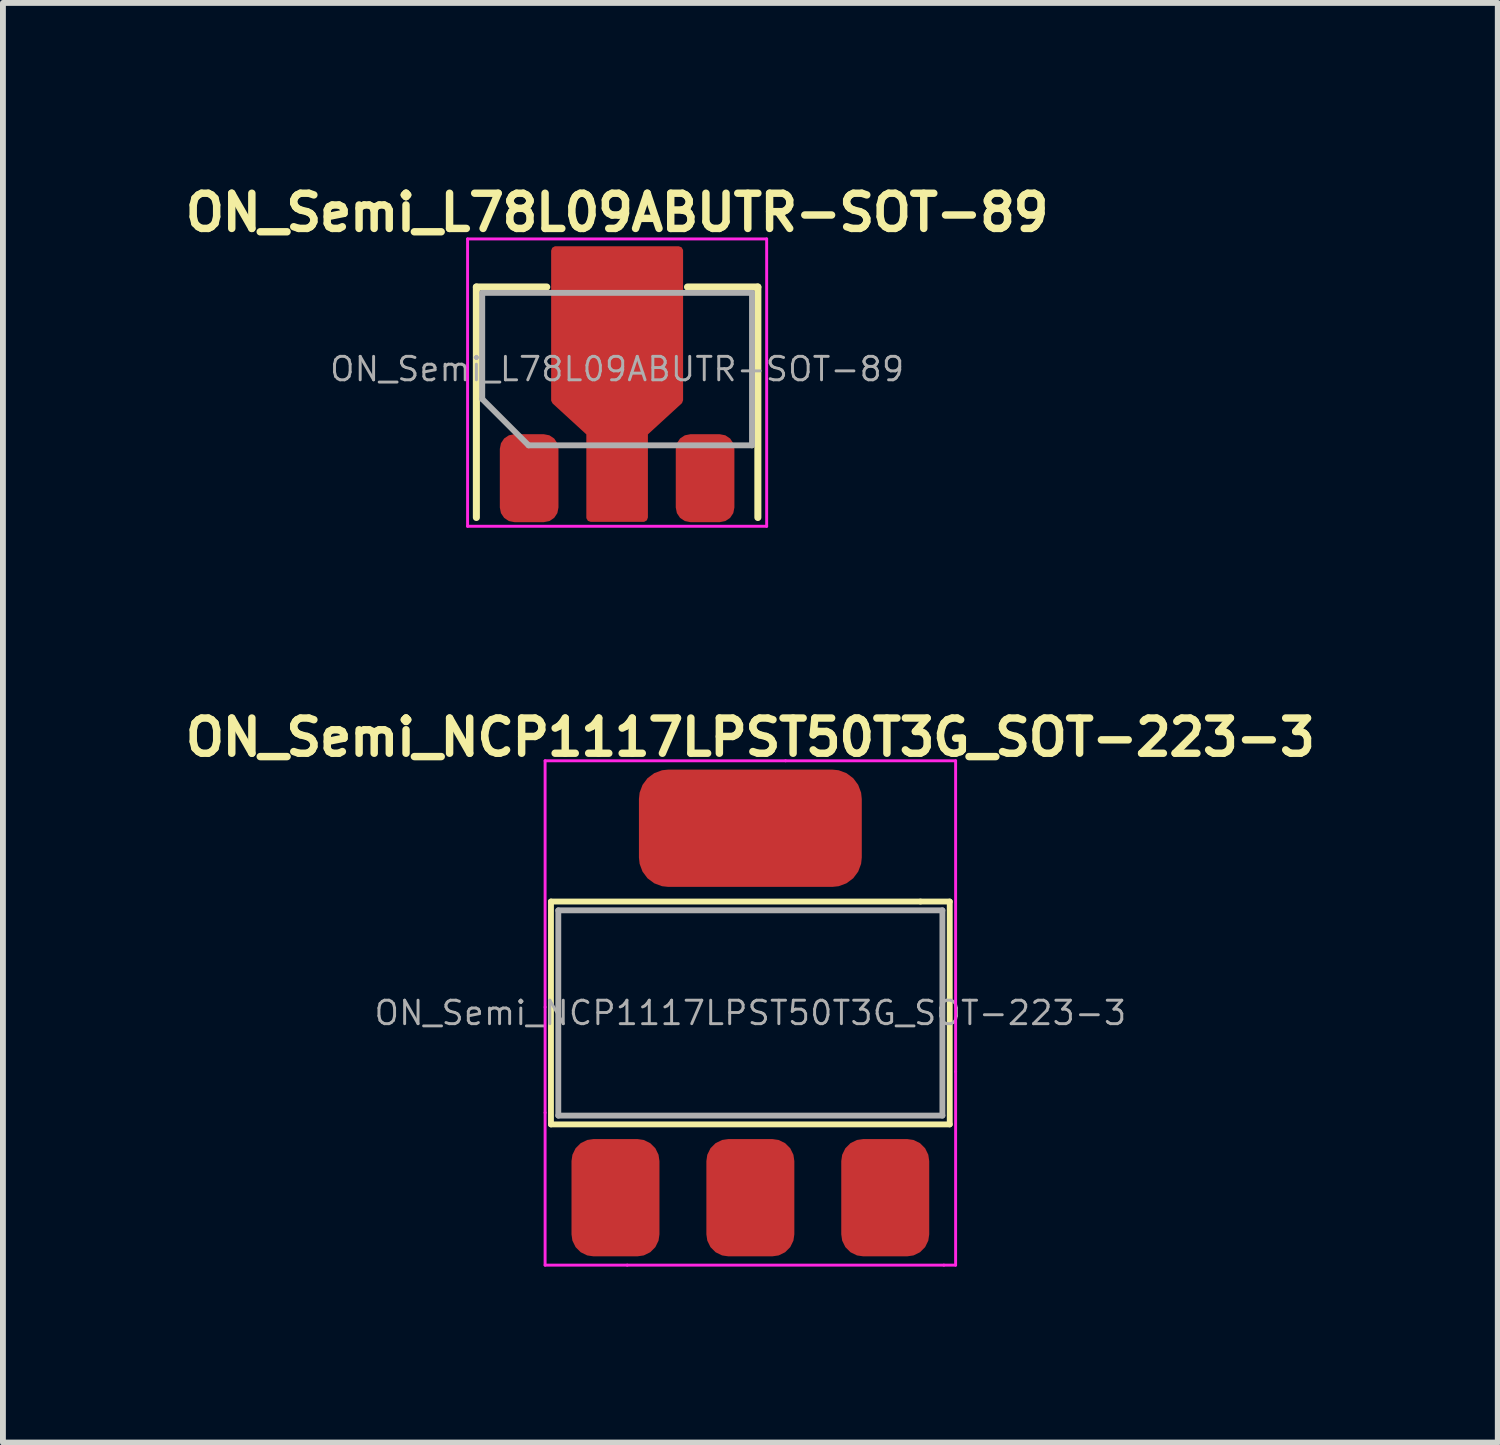
<source format=kicad_pcb>
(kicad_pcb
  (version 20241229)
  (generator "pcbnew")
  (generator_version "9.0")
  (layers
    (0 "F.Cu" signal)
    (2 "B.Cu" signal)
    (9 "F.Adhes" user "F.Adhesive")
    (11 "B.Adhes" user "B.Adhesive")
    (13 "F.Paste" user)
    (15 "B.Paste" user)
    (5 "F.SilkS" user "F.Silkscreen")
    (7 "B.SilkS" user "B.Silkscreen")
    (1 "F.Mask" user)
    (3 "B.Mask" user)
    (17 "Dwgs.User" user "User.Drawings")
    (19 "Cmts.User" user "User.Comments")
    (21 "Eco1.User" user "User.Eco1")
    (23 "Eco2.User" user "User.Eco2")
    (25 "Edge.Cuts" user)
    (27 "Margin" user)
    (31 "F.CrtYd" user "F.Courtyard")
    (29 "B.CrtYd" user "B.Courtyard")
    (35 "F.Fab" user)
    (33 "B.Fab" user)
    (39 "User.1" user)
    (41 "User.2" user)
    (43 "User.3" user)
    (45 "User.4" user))
  (footprint "ON_Semi_L78L09ABUTR-SOT-89"
    (layer "F.Cu")
    (at 7.473 3.424)
    (property "Reference" "ON_Semi_L78L09ABUTR-SOT-89" (at 0 -2.85 180) (layer "F.SilkS") (effects (font (size 0.6 0.6) (thickness 0.127))))
    (attr smd)
    (fp_line (start -2.4 -1.58) (end -1.2 -1.58) (stroke (width 0.12) (type solid)) (layer "F.SilkS"))
    (fp_line (start -2.4 2.35) (end -2.4 -1.58) (stroke (width 0.12) (type solid)) (layer "F.SilkS"))
    (fp_line (start 1.2 -1.58) (end 2.4 -1.58) (stroke (width 0.12) (type solid)) (layer "F.SilkS"))
    (fp_line (start 2.4 -1.58) (end 2.4 2.35) (stroke (width 0.12) (type solid)) (layer "F.SilkS"))
    (fp_line (start -2.55 -2.4) (end -2.55 2.5) (stroke (width 0.05) (type solid)) (layer "F.CrtYd"))
    (fp_line (start -2.55 -2.4) (end 2.55 -2.4) (stroke (width 0.05) (type solid)) (layer "F.CrtYd"))
    (fp_line (start 2.55 2.5) (end -2.55 2.5) (stroke (width 0.05) (type solid)) (layer "F.CrtYd"))
    (fp_line (start 2.55 2.5) (end 2.55 -2.4) (stroke (width 0.05) (type solid)) (layer "F.CrtYd"))
    (fp_line (start -2.3 -1.48) (end 2.3 -1.48) (stroke (width 0.1) (type solid)) (layer "F.Fab"))
    (fp_line (start -2.3 0.33) (end -2.3 -1.48) (stroke (width 0.1) (type solid)) (layer "F.Fab"))
    (fp_line (start -1.51 1.12) (end -2.3 0.33) (stroke (width 0.1) (type solid)) (layer "F.Fab"))
    (fp_line (start 2.3 -1.48) (end 2.3 1.12) (stroke (width 0.1) (type solid)) (layer "F.Fab"))
    (fp_line (start 2.3 1.12) (end -1.51 1.12) (stroke (width 0.1) (type solid)) (layer "F.Fab"))
    (fp_text user "${REFERENCE}" (at 0 -0.18 180) (layer "F.Fab") (effects (font (size 0.4 0.4) (thickness 0.05))))
    (pad "1" smd roundrect (at -1.5 1.68) (size 1 1.5) (layers "F.Cu" "F.Mask" "F.Paste") (roundrect_rratio 0.25))
    (pad "2" smd custom (at 0 -0.95) (size 2.2 3.5) (layers "F.Cu" "F.Mask" "F.Paste") (options (anchor circle)) (primitives (gr_poly (pts (xy -1.05 -1.25) (xy 1.05 -1.25) (xy 1.05 1.3) (xy 0.45 1.85) (xy 0.45 3.3) (xy -0.45 3.3) (xy -0.45 1.85) (xy -1.05 1.3)) (width 0.15) (fill yes))))
    (pad "3" smd roundrect (at 1.5 1.68) (size 1 1.5) (layers "F.Cu" "F.Mask" "F.Paste") (roundrect_rratio 0.25)))
  (footprint "ON_Semi_NCP1117LPST50T3G_SOT-223-3"
    (layer "F.Cu")
    (at 9.745 14.223)
    (property "Reference" "ON_Semi_NCP1117LPST50T3G_SOT-223-3" (at 0 -4.7 0) (layer "F.SilkS") (effects (font (size 0.6 0.6) (thickness 0.127))))
    (attr through_hole)
    (fp_line (start -3.4 -1.9) (end -3.4 1.9) (stroke (width 0.1) (type solid)) (layer "F.SilkS"))
    (fp_line (start 2.9 -1.9) (end -3.4 -1.9) (stroke (width 0.1) (type solid)) (layer "F.SilkS"))
    (fp_line (start 3.4 -1.9) (end 2.9 -1.9) (stroke (width 0.1) (type solid)) (layer "F.SilkS"))
    (fp_line (start 3.4 -1.9) (end 3.4 1.9) (stroke (width 0.1) (type solid)) (layer "F.SilkS"))
    (fp_line (start 3.4 1.9) (end -3.4 1.9) (stroke (width 0.1) (type solid)) (layer "F.SilkS"))
    (fp_line (start -3.5 -4.3) (end -3.5 -0.1) (stroke (width 0.05) (type solid)) (layer "F.CrtYd"))
    (fp_line (start -3.5 -0.1) (end -3.5 1.7) (stroke (width 0.05) (type solid)) (layer "F.CrtYd"))
    (fp_line (start -3.5 1.7) (end -3.5 4.3) (stroke (width 0.05) (type solid)) (layer "F.CrtYd"))
    (fp_line (start -3.5 4.3) (end -2.1 4.3) (stroke (width 0.05) (type solid)) (layer "F.CrtYd"))
    (fp_line (start -2.1 4.3) (end 3.3 4.3) (stroke (width 0.05) (type solid)) (layer "F.CrtYd"))
    (fp_line (start 0.6 -4.3) (end -3.5 -4.3) (stroke (width 0.05) (type solid)) (layer "F.CrtYd"))
    (fp_line (start 3.3 4.3) (end 3.5 4.3) (stroke (width 0.05) (type solid)) (layer "F.CrtYd"))
    (fp_line (start 3.5 -4.3) (end 0.6 -4.3) (stroke (width 0.05) (type solid)) (layer "F.CrtYd"))
    (fp_line (start 3.5 1) (end 3.5 -4.3) (stroke (width 0.05) (type solid)) (layer "F.CrtYd"))
    (fp_line (start 3.5 4.3) (end 3.5 1) (stroke (width 0.05) (type solid)) (layer "F.CrtYd"))
    (fp_line (start -3.275 -1.75) (end 3.275 -1.75) (stroke (width 0.1) (type solid)) (layer "F.Fab"))
    (fp_line (start -3.275 1.75) (end -3.275 -1.75) (stroke (width 0.1) (type solid)) (layer "F.Fab"))
    (fp_line (start 3.275 -1.75) (end 3.275 1.75) (stroke (width 0.1) (type solid)) (layer "F.Fab"))
    (fp_line (start 3.275 1.75) (end -3.275 1.75) (stroke (width 0.1) (type solid)) (layer "F.Fab"))
    (fp_text user "${REFERENCE}" (at 0 0 0) (layer "F.Fab") (effects (font (size 0.4 0.4) (thickness 0.05))))
    (pad "1" smd roundrect (at -2.3 3.15) (size 1.5 2) (layers "F.Cu" "F.Mask" "F.Paste") (roundrect_rratio 0.25))
    (pad "2" smd roundrect (at 0 -3.15) (size 3.8 2) (layers "F.Cu" "F.Mask" "F.Paste") (roundrect_rratio 0.25))
    (pad "2" smd roundrect (at 0 3.15) (size 1.5 2) (layers "F.Cu" "F.Mask" "F.Paste") (roundrect_rratio 0.25))
    (pad "3" smd roundrect (at 2.3 3.15) (size 1.5 2) (layers "F.Cu" "F.Mask" "F.Paste") (roundrect_rratio 0.25)))
  (gr_rect
    (start -3 -3)
    (end 22.49 21.548)
    (stroke (width 0.1) (type default))
    (fill no)
    (layer "Edge.Cuts")))
</source>
